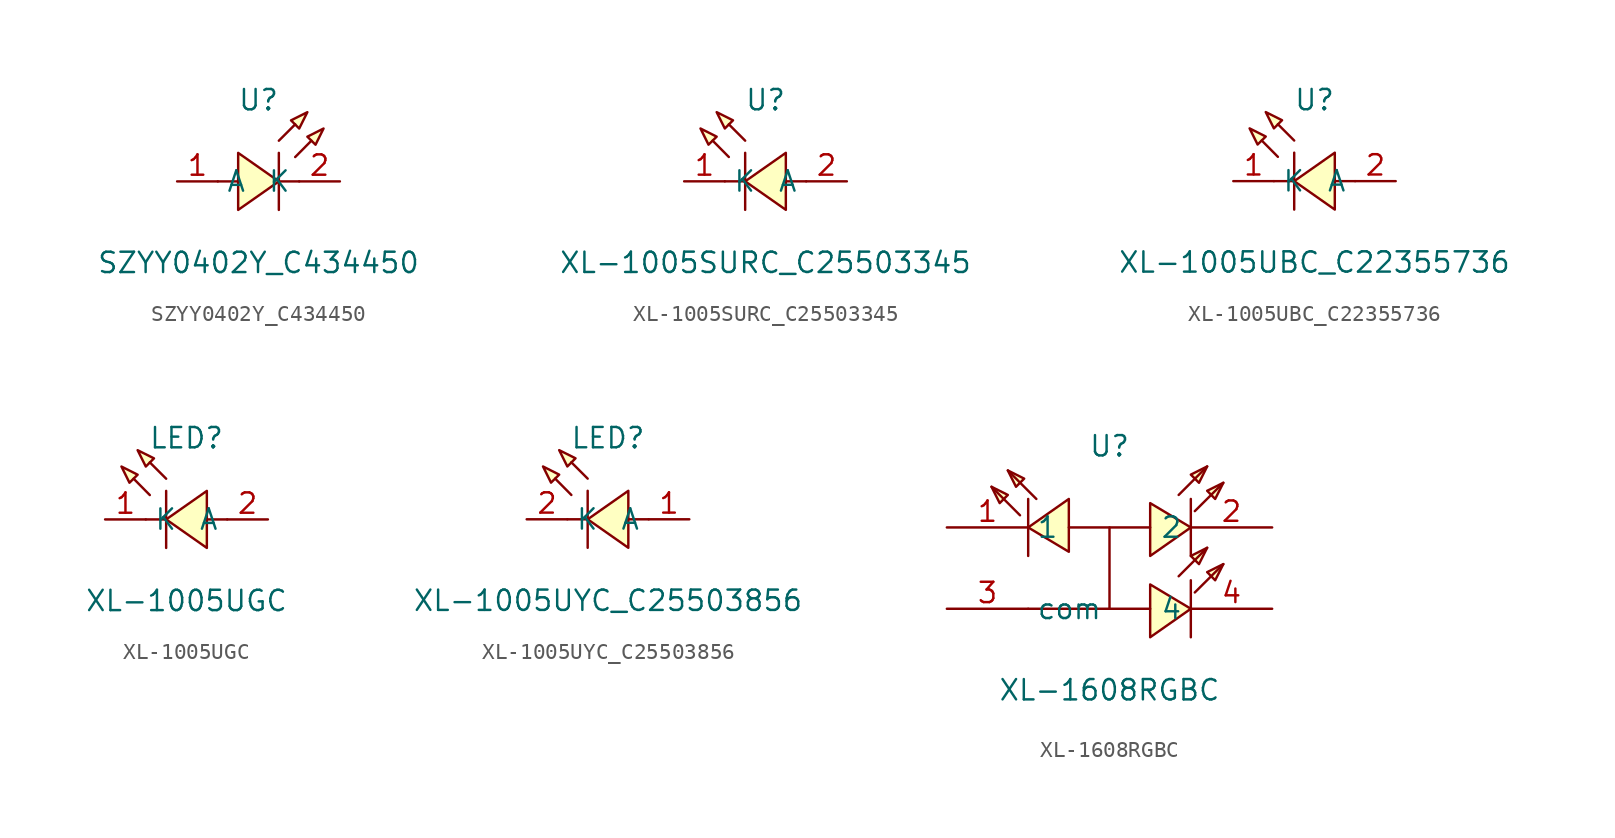
<source format=kicad_sym>
(kicad_symbol_lib
  (version 20211014)
  (generator https://github.com/uPesy/easyeda2kicad.py)
  (symbol "SZYY0402Y_C434450"
    (property "Reference" "U"
      (at 0 5.08 0)
      (effects (font (size 1.27 1.27))))
    (property "Value" "SZYY0402Y_C434450"
      (at 0 -5.08 0)
      (effects (font (size 1.27 1.27))))
    (symbol "SZYY0402Y_C434450_0_1"
      (polyline (pts (xy 4.06 3.30) (xy 3.05 2.79) (xy 3.56 2.29) (xy 4.06 3.30)) (stroke (width 0) (type default) (color 0 0 0 0)) (fill (type background)))
      (polyline (pts (xy 3.05 4.32) (xy 2.03 3.81) (xy 2.54 3.30) (xy 3.05 4.32)) (stroke (width 0) (type default) (color 0 0 0 0)) (fill (type background)))
      (polyline (pts (xy -1.27 1.78) (xy 1.27 -0.00) (xy -1.27 -1.78) (xy -1.27 1.78)) (stroke (width 0) (type default) (color 0 0 0 0)) (fill (type background)))
      (polyline (pts (xy 2.29 1.52) (xy 3.30 2.54) (xy 2.29 1.52)) (stroke (width 0) (type default) (color 0 0 0 0)) (fill (type background)))
      (polyline (pts (xy 1.27 2.54) (xy 2.29 3.56) (xy 1.27 2.54)) (stroke (width 0) (type default) (color 0 0 0 0)) (fill (type background)))
      (polyline (pts (xy 1.27 -0.00) (xy 2.54 -0.00)) (stroke (width 0) (type default) (color 0 0 0 0)) (fill (type none)))
      (polyline (pts (xy -2.54 -0.00) (xy -1.27 -0.00)) (stroke (width 0) (type default) (color 0 0 0 0)) (fill (type none)))
      (polyline (pts (xy 1.27 1.78) (xy 1.27 -1.78)) (stroke (width 0) (type default) (color 0 0 0 0)) (fill (type none)))
      (pin unspecified line (at 5.08 -0.00 180) (length 2.54) (name "K" (effects (font (size 1.27 1.27)))) (number "2" (effects (font (size 1.27 1.27)))))
      (pin unspecified line (at -5.08 -0.00 0) (length 2.54) (name "A" (effects (font (size 1.27 1.27)))) (number "1" (effects (font (size 1.27 1.27)))))))
  (symbol "XL-1005SURC_C25503345"
    (property "Reference" "U"
      (at 0 5.08 0)
      (effects (font (size 1.27 1.27))))
    (property "Value" "XL-1005SURC_C25503345"
      (at 0 -5.08 0)
      (effects (font (size 1.27 1.27))))
    (symbol "XL-1005SURC_C25503345_0_1"
      (polyline (pts (xy -4.06 3.30) (xy -3.05 2.79) (xy -3.56 2.29) (xy -4.06 3.30)) (stroke (width 0) (type default) (color 0 0 0 0)) (fill (type background)))
      (polyline (pts (xy -3.05 4.32) (xy -2.03 3.81) (xy -2.54 3.30) (xy -3.05 4.32)) (stroke (width 0) (type default) (color 0 0 0 0)) (fill (type background)))
      (polyline (pts (xy 1.27 1.78) (xy -1.27 -0.00) (xy 1.27 -1.78) (xy 1.27 1.78)) (stroke (width 0) (type default) (color 0 0 0 0)) (fill (type background)))
      (polyline (pts (xy -2.29 1.52) (xy -3.30 2.54) (xy -2.29 1.52)) (stroke (width 0) (type default) (color 0 0 0 0)) (fill (type background)))
      (polyline (pts (xy -1.27 2.54) (xy -2.29 3.56) (xy -1.27 2.54)) (stroke (width 0) (type default) (color 0 0 0 0)) (fill (type background)))
      (polyline (pts (xy -1.27 -0.00) (xy -2.54 -0.00)) (stroke (width 0) (type default) (color 0 0 0 0)) (fill (type none)))
      (polyline (pts (xy 2.54 -0.00) (xy 1.27 -0.00)) (stroke (width 0) (type default) (color 0 0 0 0)) (fill (type none)))
      (polyline (pts (xy -1.27 1.78) (xy -1.27 -1.78)) (stroke (width 0) (type default) (color 0 0 0 0)) (fill (type none)))
      (pin unspecified line (at -5.08 -0.00 0) (length 2.54) (name "K" (effects (font (size 1.27 1.27)))) (number "1" (effects (font (size 1.27 1.27)))))
      (pin unspecified line (at 5.08 -0.00 180) (length 2.54) (name "A" (effects (font (size 1.27 1.27)))) (number "2" (effects (font (size 1.27 1.27)))))))
  (symbol "XL-1005UBC_C22355736"
    (property "Reference" "U"
      (at 0 5.08 0)
      (effects (font (size 1.27 1.27))))
    (property "Value" "XL-1005UBC_C22355736"
      (at 0 -5.08 0)
      (effects (font (size 1.27 1.27))))
    (symbol "XL-1005UBC_C22355736_0_1"
      (polyline (pts (xy -4.06 3.30) (xy -3.05 2.79) (xy -3.56 2.29) (xy -4.06 3.30)) (stroke (width 0) (type default) (color 0 0 0 0)) (fill (type background)))
      (polyline (pts (xy -3.05 4.32) (xy -2.03 3.81) (xy -2.54 3.30) (xy -3.05 4.32)) (stroke (width 0) (type default) (color 0 0 0 0)) (fill (type background)))
      (polyline (pts (xy 1.27 1.78) (xy -1.27 -0.00) (xy 1.27 -1.78) (xy 1.27 1.78)) (stroke (width 0) (type default) (color 0 0 0 0)) (fill (type background)))
      (polyline (pts (xy -2.29 1.52) (xy -3.30 2.54) (xy -2.29 1.52)) (stroke (width 0) (type default) (color 0 0 0 0)) (fill (type background)))
      (polyline (pts (xy -1.27 2.54) (xy -2.29 3.56) (xy -1.27 2.54)) (stroke (width 0) (type default) (color 0 0 0 0)) (fill (type background)))
      (polyline (pts (xy -1.27 -0.00) (xy -2.54 -0.00)) (stroke (width 0) (type default) (color 0 0 0 0)) (fill (type none)))
      (polyline (pts (xy 2.54 -0.00) (xy 1.27 -0.00)) (stroke (width 0) (type default) (color 0 0 0 0)) (fill (type none)))
      (polyline (pts (xy -1.27 1.78) (xy -1.27 -1.78)) (stroke (width 0) (type default) (color 0 0 0 0)) (fill (type none)))
      (pin unspecified line (at -5.08 -0.00 0) (length 2.54) (name "K" (effects (font (size 1.27 1.27)))) (number "1" (effects (font (size 1.27 1.27)))))
      (pin unspecified line (at 5.08 -0.00 180) (length 2.54) (name "A" (effects (font (size 1.27 1.27)))) (number "2" (effects (font (size 1.27 1.27)))))))
  (symbol "XL-1005UGC"
    (property "Reference" "LED"
      (at 0 5.08 0)
      (effects (font (size 1.27 1.27))))
    (property "Value" "XL-1005UGC"
      (at 0 -5.08 0)
      (effects (font (size 1.27 1.27))))
    (symbol "XL-1005UGC_0_1"
      (polyline (pts (xy -4.06 3.30) (xy -3.05 2.79) (xy -3.56 2.29) (xy -4.06 3.30)) (stroke (width 0) (type default) (color 0 0 0 0)) (fill (type background)))
      (polyline (pts (xy -3.05 4.32) (xy -2.03 3.81) (xy -2.54 3.30) (xy -3.05 4.32)) (stroke (width 0) (type default) (color 0 0 0 0)) (fill (type background)))
      (polyline (pts (xy 1.27 1.78) (xy -1.27 -0.00) (xy 1.27 -1.78) (xy 1.27 1.78)) (stroke (width 0) (type default) (color 0 0 0 0)) (fill (type background)))
      (polyline (pts (xy -2.29 1.52) (xy -3.30 2.54) (xy -2.29 1.52)) (stroke (width 0) (type default) (color 0 0 0 0)) (fill (type background)))
      (polyline (pts (xy -1.27 2.54) (xy -2.29 3.56) (xy -1.27 2.54)) (stroke (width 0) (type default) (color 0 0 0 0)) (fill (type background)))
      (polyline (pts (xy -1.27 -0.00) (xy -2.54 -0.00)) (stroke (width 0) (type default) (color 0 0 0 0)) (fill (type none)))
      (polyline (pts (xy 2.54 -0.00) (xy 1.27 -0.00)) (stroke (width 0) (type default) (color 0 0 0 0)) (fill (type none)))
      (polyline (pts (xy -1.27 1.78) (xy -1.27 -1.78)) (stroke (width 0) (type default) (color 0 0 0 0)) (fill (type none)))
      (pin unspecified line (at -5.08 -0.00 0) (length 2.54) (name "K" (effects (font (size 1.27 1.27)))) (number "1" (effects (font (size 1.27 1.27)))))
      (pin unspecified line (at 5.08 -0.00 180) (length 2.54) (name "A" (effects (font (size 1.27 1.27)))) (number "2" (effects (font (size 1.27 1.27)))))))
  (symbol "XL-1005UYC_C25503856"
    (property "Reference" "LED"
      (at 0 5.08 0)
      (effects (font (size 1.27 1.27))))
    (property "Value" "XL-1005UYC_C25503856"
      (at 0 -5.08 0)
      (effects (font (size 1.27 1.27))))
    (symbol "XL-1005UYC_C25503856_0_1"
      (polyline (pts (xy 1.27 1.78) (xy -1.27 -0.00) (xy 1.27 -1.78) (xy 1.27 1.78)) (stroke (width 0) (type default) (color 0 0 0 0)) (fill (type background)))
      (polyline (pts (xy -3.05 4.32) (xy -2.03 3.81) (xy -2.54 3.30) (xy -3.05 4.32)) (stroke (width 0) (type default) (color 0 0 0 0)) (fill (type background)))
      (polyline (pts (xy -4.06 3.30) (xy -3.05 2.79) (xy -3.56 2.29) (xy -4.06 3.30)) (stroke (width 0) (type default) (color 0 0 0 0)) (fill (type background)))
      (polyline (pts (xy -1.27 1.78) (xy -1.27 -1.78)) (stroke (width 0) (type default) (color 0 0 0 0)) (fill (type none)))
      (polyline (pts (xy 2.54 -0.00) (xy 1.27 -0.00)) (stroke (width 0) (type default) (color 0 0 0 0)) (fill (type none)))
      (polyline (pts (xy -1.27 -0.00) (xy -2.54 -0.00)) (stroke (width 0) (type default) (color 0 0 0 0)) (fill (type none)))
      (polyline (pts (xy -1.27 2.54) (xy -2.29 3.56) (xy -1.27 2.54)) (stroke (width 0) (type default) (color 0 0 0 0)) (fill (type background)))
      (polyline (pts (xy -2.29 1.52) (xy -3.30 2.54) (xy -2.29 1.52)) (stroke (width 0) (type default) (color 0 0 0 0)) (fill (type background)))
      (pin unspecified line (at 5.08 -0.00 180) (length 2.54) (name "A" (effects (font (size 1.27 1.27)))) (number "1" (effects (font (size 1.27 1.27)))))
      (pin unspecified line (at -5.08 -0.00 0) (length 2.54) (name "K" (effects (font (size 1.27 1.27)))) (number "2" (effects (font (size 1.27 1.27)))))))
  (symbol "XL-1608RGBC"
    (property "Reference" "U"
      (at 0 7.62 0)
      (effects (font (size 1.27 1.27))))
    (property "Value" "XL-1608RGBC"
      (at 0 -7.62 0)
      (effects (font (size 1.27 1.27))))
    (symbol "XL-1608RGBC_0_1"
      (polyline (pts (xy -2.54 1.02) (xy -5.08 2.54) (xy -2.54 4.32) (xy -2.54 1.02)) (stroke (width 0) (type default) (color 0 0 0 0)) (fill (type background)))
      (polyline (pts (xy 2.54 4.06) (xy 5.08 2.54) (xy 2.54 0.76) (xy 2.54 4.06)) (stroke (width 0) (type default) (color 0 0 0 0)) (fill (type background)))
      (polyline (pts (xy 2.54 -1.02) (xy 5.08 -2.54) (xy 2.54 -4.32) (xy 2.54 -1.02)) (stroke (width 0) (type default) (color 0 0 0 0)) (fill (type background)))
      (polyline (pts (xy -5.59 3.30) (xy -7.37 5.08)) (stroke (width 0) (type default) (color 0 0 0 0)) (fill (type none)))
      (polyline (pts (xy -4.57 4.32) (xy -6.35 6.10)) (stroke (width 0) (type default) (color 0 0 0 0)) (fill (type none)))
      (polyline (pts (xy -5.08 0.76) (xy -5.08 4.32)) (stroke (width 0) (type default) (color 0 0 0 0)) (fill (type none)))
      (polyline (pts (xy 5.08 4.32) (xy 5.08 0.76)) (stroke (width 0) (type default) (color 0 0 0 0)) (fill (type none)))
      (polyline (pts (xy 4.32 4.57) (xy 6.10 6.35)) (stroke (width 0) (type default) (color 0 0 0 0)) (fill (type none)))
      (polyline (pts (xy 5.33 3.56) (xy 7.11 5.33)) (stroke (width 0) (type default) (color 0 0 0 0)) (fill (type none)))
      (polyline (pts (xy 5.08 -0.76) (xy 5.08 -4.32)) (stroke (width 0) (type default) (color 0 0 0 0)) (fill (type none)))
      (polyline (pts (xy 4.32 -0.51) (xy 6.10 1.27)) (stroke (width 0) (type default) (color 0 0 0 0)) (fill (type none)))
      (polyline (pts (xy 5.33 -1.52) (xy 7.11 0.25)) (stroke (width 0) (type default) (color 0 0 0 0)) (fill (type none)))
      (polyline (pts (xy -2.54 2.54) (xy 2.54 2.54)) (stroke (width 0) (type default) (color 0 0 0 0)) (fill (type none)))
      (polyline (pts (xy 0.00 2.54) (xy 0.00 -2.54) (xy -5.08 -2.54)) (stroke (width 0) (type default) (color 0 0 0 0)) (fill (type none)))
      (polyline (pts (xy 0.00 -2.54) (xy 2.54 -2.54)) (stroke (width 0) (type default) (color 0 0 0 0)) (fill (type none)))
      (polyline (pts (xy -7.37 5.08) (xy -6.35 4.57) (xy -6.86 4.06) (xy -7.37 5.08)) (stroke (width 0) (type default) (color 0 0 0 0)) (fill (type background)))
      (polyline (pts (xy -6.35 6.10) (xy -5.33 5.59) (xy -5.84 5.08) (xy -6.35 6.10)) (stroke (width 0) (type default) (color 0 0 0 0)) (fill (type background)))
      (polyline (pts (xy 6.10 6.35) (xy 5.59 5.33) (xy 5.08 5.84) (xy 6.10 6.35)) (stroke (width 0) (type default) (color 0 0 0 0)) (fill (type background)))
      (polyline (pts (xy 7.11 5.33) (xy 6.60 4.32) (xy 6.10 4.83) (xy 7.11 5.33)) (stroke (width 0) (type default) (color 0 0 0 0)) (fill (type background)))
      (polyline (pts (xy 6.10 1.27) (xy 5.59 0.25) (xy 5.08 0.76) (xy 6.10 1.27)) (stroke (width 0) (type default) (color 0 0 0 0)) (fill (type background)))
      (polyline (pts (xy 7.11 0.25) (xy 6.60 -0.76) (xy 6.10 -0.25) (xy 7.11 0.25)) (stroke (width 0) (type default) (color 0 0 0 0)) (fill (type background)))
      (pin unspecified line (at -10.16 2.54 0) (length 5.08) (name "1" (effects (font (size 1.27 1.27)))) (number "1" (effects (font (size 1.27 1.27)))))
      (pin unspecified line (at 10.16 2.54 180) (length 5.08) (name "2" (effects (font (size 1.27 1.27)))) (number "2" (effects (font (size 1.27 1.27)))))
      (pin unspecified line (at -10.16 -2.54 0) (length 5.08) (name "com" (effects (font (size 1.27 1.27)))) (number "3" (effects (font (size 1.27 1.27)))))
      (pin unspecified line (at 10.16 -2.54 180) (length 5.08) (name "4" (effects (font (size 1.27 1.27)))) (number "4" (effects (font (size 1.27 1.27))))))))
</source>
